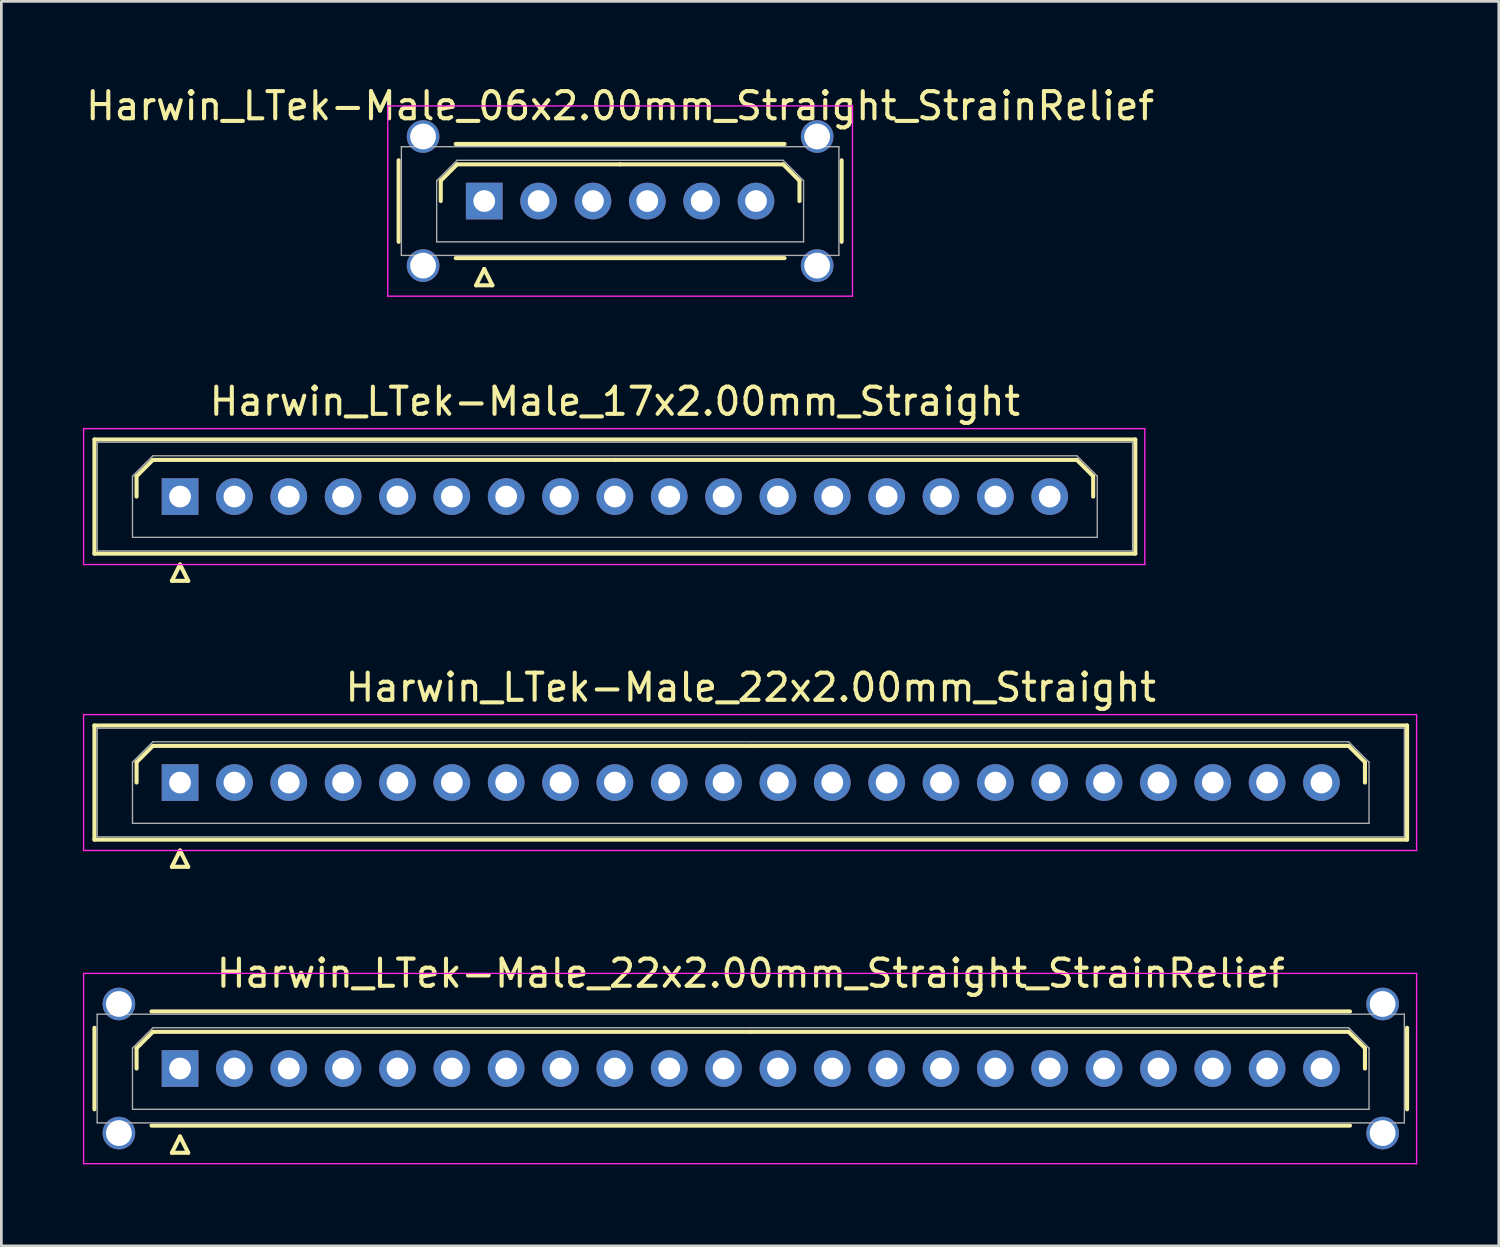
<source format=kicad_pcb>
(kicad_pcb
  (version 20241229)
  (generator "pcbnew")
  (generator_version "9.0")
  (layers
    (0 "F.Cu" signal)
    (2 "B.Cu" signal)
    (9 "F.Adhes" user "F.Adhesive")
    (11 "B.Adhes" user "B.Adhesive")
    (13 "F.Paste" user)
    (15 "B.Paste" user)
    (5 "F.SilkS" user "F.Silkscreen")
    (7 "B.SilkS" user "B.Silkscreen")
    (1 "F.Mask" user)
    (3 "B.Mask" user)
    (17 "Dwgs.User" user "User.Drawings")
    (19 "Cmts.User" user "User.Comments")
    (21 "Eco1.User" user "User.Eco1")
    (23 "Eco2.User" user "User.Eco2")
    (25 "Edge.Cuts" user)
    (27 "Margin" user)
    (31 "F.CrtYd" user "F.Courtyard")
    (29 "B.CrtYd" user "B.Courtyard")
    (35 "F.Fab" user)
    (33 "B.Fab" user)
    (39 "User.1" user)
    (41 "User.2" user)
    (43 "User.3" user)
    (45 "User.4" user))
  (footprint "Harwin_LTek-Male_17x2.00mm_Straight"
    (layer "F.Cu")
    (at 3.575 15.222)
    (property "Reference" "Harwin_LTek-Male_17x2.00mm_Straight" (at 16 -3.5 0) (layer "F.SilkS") (effects (font (size 1 1) (thickness 0.15))))
    (attr through_hole)
    (fp_line (start -3.15 -2.1) (end -3.15 2.1) (stroke (width 0.15) (type solid)) (layer "F.SilkS"))
    (fp_line (start -3.15 2.1) (end 35.15 2.1) (stroke (width 0.15) (type solid)) (layer "F.SilkS"))
    (fp_line (start -1.6 -0.75) (end -1 -1.35) (stroke (width 0.15) (type solid)) (layer "F.SilkS"))
    (fp_line (start -1.6 0) (end -1.6 -0.75) (stroke (width 0.15) (type solid)) (layer "F.SilkS"))
    (fp_line (start -1 -1.35) (end 16 -1.35) (stroke (width 0.15) (type solid)) (layer "F.SilkS"))
    (fp_line (start -0.3 3.1) (end 0.3 3.1) (stroke (width 0.15) (type solid)) (layer "F.SilkS"))
    (fp_line (start 0 2.5) (end -0.3 3.1) (stroke (width 0.15) (type solid)) (layer "F.SilkS"))
    (fp_line (start 0.3 3.1) (end 0 2.5) (stroke (width 0.15) (type solid)) (layer "F.SilkS"))
    (fp_line (start 33 -1.35) (end 16 -1.35) (stroke (width 0.15) (type solid)) (layer "F.SilkS"))
    (fp_line (start 33.6 -0.75) (end 33 -1.35) (stroke (width 0.15) (type solid)) (layer "F.SilkS"))
    (fp_line (start 33.6 0) (end 33.6 -0.75) (stroke (width 0.15) (type solid)) (layer "F.SilkS"))
    (fp_line (start 35.15 -2.1) (end -3.15 -2.1) (stroke (width 0.15) (type solid)) (layer "F.SilkS"))
    (fp_line (start 35.15 2.1) (end 35.15 -2.1) (stroke (width 0.15) (type solid)) (layer "F.SilkS"))
    (fp_line (start -3.55 -2.5) (end -3.55 2.5) (stroke (width 0.05) (type solid)) (layer "F.CrtYd"))
    (fp_line (start -3.55 2.5) (end 35.5 2.5) (stroke (width 0.05) (type solid)) (layer "F.CrtYd"))
    (fp_line (start 35.5 -2.5) (end -3.55 -2.5) (stroke (width 0.05) (type solid)) (layer "F.CrtYd"))
    (fp_line (start 35.5 2.5) (end 35.5 -2.5) (stroke (width 0.05) (type solid)) (layer "F.CrtYd"))
    (fp_line (start -3.05 -2) (end -3.05 2) (stroke (width 0.05) (type solid)) (layer "F.Fab"))
    (fp_line (start -3.05 2) (end 35.05 2) (stroke (width 0.05) (type solid)) (layer "F.Fab"))
    (fp_line (start -1.75 -0.75) (end -1 -1.5) (stroke (width 0.05) (type solid)) (layer "F.Fab"))
    (fp_line (start -1.75 1.5) (end -1.75 -0.75) (stroke (width 0.05) (type solid)) (layer "F.Fab"))
    (fp_line (start -1 -1.5) (end 33 -1.5) (stroke (width 0.05) (type solid)) (layer "F.Fab"))
    (fp_line (start 33 -1.5) (end 33.75 -0.75) (stroke (width 0.05) (type solid)) (layer "F.Fab"))
    (fp_line (start 33.75 -0.75) (end 33.75 1.5) (stroke (width 0.05) (type solid)) (layer "F.Fab"))
    (fp_line (start 33.75 1.5) (end -1.75 1.5) (stroke (width 0.05) (type solid)) (layer "F.Fab"))
    (fp_line (start 35.05 -2) (end -3.05 -2) (stroke (width 0.05) (type solid)) (layer "F.Fab"))
    (fp_line (start 35.05 2) (end 35.05 -2) (stroke (width 0.05) (type solid)) (layer "F.Fab"))
    (pad "1" thru_hole rect (at 0 0) (size 1.35 1.35) (drill 0.8) (layers "*.Cu" "*.Mask"))
    (pad "2" thru_hole circle (at 2 0) (size 1.35 1.35) (drill 0.8) (layers "*.Cu" "*.Mask"))
    (pad "3" thru_hole circle (at 4 0) (size 1.35 1.35) (drill 0.8) (layers "*.Cu" "*.Mask"))
    (pad "4" thru_hole circle (at 6 0) (size 1.35 1.35) (drill 0.8) (layers "*.Cu" "*.Mask"))
    (pad "5" thru_hole circle (at 8 0) (size 1.35 1.35) (drill 0.8) (layers "*.Cu" "*.Mask"))
    (pad "6" thru_hole circle (at 10 0) (size 1.35 1.35) (drill 0.8) (layers "*.Cu" "*.Mask"))
    (pad "7" thru_hole circle (at 12 0) (size 1.35 1.35) (drill 0.8) (layers "*.Cu" "*.Mask"))
    (pad "8" thru_hole circle (at 14 0) (size 1.35 1.35) (drill 0.8) (layers "*.Cu" "*.Mask"))
    (pad "9" thru_hole circle (at 16 0) (size 1.35 1.35) (drill 0.8) (layers "*.Cu" "*.Mask"))
    (pad "10" thru_hole circle (at 18 0) (size 1.35 1.35) (drill 0.8) (layers "*.Cu" "*.Mask"))
    (pad "11" thru_hole circle (at 20 0) (size 1.35 1.35) (drill 0.8) (layers "*.Cu" "*.Mask"))
    (pad "12" thru_hole circle (at 22 0) (size 1.35 1.35) (drill 0.8) (layers "*.Cu" "*.Mask"))
    (pad "13" thru_hole circle (at 24 0) (size 1.35 1.35) (drill 0.8) (layers "*.Cu" "*.Mask"))
    (pad "14" thru_hole circle (at 26 0) (size 1.35 1.35) (drill 0.8) (layers "*.Cu" "*.Mask"))
    (pad "15" thru_hole circle (at 28 0) (size 1.35 1.35) (drill 0.8) (layers "*.Cu" "*.Mask"))
    (pad "16" thru_hole circle (at 30 0) (size 1.35 1.35) (drill 0.8) (layers "*.Cu" "*.Mask"))
    (pad "17" thru_hole circle (at 32 0) (size 1.35 1.35) (drill 0.8) (layers "*.Cu" "*.Mask")))
  (footprint "Harwin_LTek-Male_22x2.00mm_Straight_StrainRelief"
    (layer "F.Cu")
    (at 3.575 36.268)
    (property "Reference" "Harwin_LTek-Male_22x2.00mm_Straight_StrainRelief" (at 21 -3.5 0) (layer "F.SilkS") (effects (font (size 1 1) (thickness 0.15))))
    (attr through_hole)
    (fp_line (start -3.15 -1.5) (end -3.15 1.5) (stroke (width 0.15) (type solid)) (layer "F.SilkS"))
    (fp_line (start -1.6 -0.75) (end -1 -1.35) (stroke (width 0.15) (type solid)) (layer "F.SilkS"))
    (fp_line (start -1.6 0) (end -1.6 -0.75) (stroke (width 0.15) (type solid)) (layer "F.SilkS"))
    (fp_line (start -1.05 -2.1) (end 43.05 -2.1) (stroke (width 0.15) (type solid)) (layer "F.SilkS"))
    (fp_line (start -1.05 2.1) (end 43.05 2.1) (stroke (width 0.15) (type solid)) (layer "F.SilkS"))
    (fp_line (start -1 -1.35) (end 21 -1.35) (stroke (width 0.15) (type solid)) (layer "F.SilkS"))
    (fp_line (start -0.3 3.1) (end 0.3 3.1) (stroke (width 0.15) (type solid)) (layer "F.SilkS"))
    (fp_line (start 0 2.5) (end -0.3 3.1) (stroke (width 0.15) (type solid)) (layer "F.SilkS"))
    (fp_line (start 0.3 3.1) (end 0 2.5) (stroke (width 0.15) (type solid)) (layer "F.SilkS"))
    (fp_line (start 43 -1.35) (end 21 -1.35) (stroke (width 0.15) (type solid)) (layer "F.SilkS"))
    (fp_line (start 43.6 -0.75) (end 43 -1.35) (stroke (width 0.15) (type solid)) (layer "F.SilkS"))
    (fp_line (start 43.6 0) (end 43.6 -0.75) (stroke (width 0.15) (type solid)) (layer "F.SilkS"))
    (fp_line (start 45.15 -1.5) (end 45.15 1.5) (stroke (width 0.15) (type solid)) (layer "F.SilkS"))
    (fp_line (start -3.55 -3.5) (end -3.55 3.5) (stroke (width 0.05) (type solid)) (layer "F.CrtYd"))
    (fp_line (start -3.55 3.5) (end 45.5 3.5) (stroke (width 0.05) (type solid)) (layer "F.CrtYd"))
    (fp_line (start 45.5 -3.5) (end -3.55 -3.5) (stroke (width 0.05) (type solid)) (layer "F.CrtYd"))
    (fp_line (start 45.5 3.5) (end 45.5 -3.5) (stroke (width 0.05) (type solid)) (layer "F.CrtYd"))
    (fp_line (start -3.05 -2) (end -3.05 2) (stroke (width 0.05) (type solid)) (layer "F.Fab"))
    (fp_line (start -3.05 2) (end 45.05 2) (stroke (width 0.05) (type solid)) (layer "F.Fab"))
    (fp_line (start -1.75 -0.75) (end -1 -1.5) (stroke (width 0.05) (type solid)) (layer "F.Fab"))
    (fp_line (start -1.75 1.5) (end -1.75 -0.75) (stroke (width 0.05) (type solid)) (layer "F.Fab"))
    (fp_line (start -1 -1.5) (end 43 -1.5) (stroke (width 0.05) (type solid)) (layer "F.Fab"))
    (fp_line (start 43 -1.5) (end 43.75 -0.75) (stroke (width 0.05) (type solid)) (layer "F.Fab"))
    (fp_line (start 43.75 -0.75) (end 43.75 1.5) (stroke (width 0.05) (type solid)) (layer "F.Fab"))
    (fp_line (start 43.75 1.5) (end -1.75 1.5) (stroke (width 0.05) (type solid)) (layer "F.Fab"))
    (fp_line (start 45.05 -2) (end -3.05 -2) (stroke (width 0.05) (type solid)) (layer "F.Fab"))
    (fp_line (start 45.05 2) (end 45.05 -2) (stroke (width 0.05) (type solid)) (layer "F.Fab"))
    (pad "" thru_hole circle (at -2.25 -2.375) (size 1.2 1.2) (drill 0.95) (layers "*.Cu" "*.Mask"))
    (pad "" thru_hole circle (at -2.25 2.375) (size 1.2 1.2) (drill 0.95) (layers "*.Cu" "*.Mask"))
    (pad "" thru_hole circle (at 44.25 -2.375) (size 1.2 1.2) (drill 0.95) (layers "*.Cu" "*.Mask"))
    (pad "" thru_hole circle (at 44.25 2.375) (size 1.2 1.2) (drill 0.95) (layers "*.Cu" "*.Mask"))
    (pad "1" thru_hole rect (at 0 0) (size 1.35 1.35) (drill 0.8) (layers "*.Cu" "*.Mask"))
    (pad "2" thru_hole circle (at 2 0) (size 1.35 1.35) (drill 0.8) (layers "*.Cu" "*.Mask"))
    (pad "3" thru_hole circle (at 4 0) (size 1.35 1.35) (drill 0.8) (layers "*.Cu" "*.Mask"))
    (pad "4" thru_hole circle (at 6 0) (size 1.35 1.35) (drill 0.8) (layers "*.Cu" "*.Mask"))
    (pad "5" thru_hole circle (at 8 0) (size 1.35 1.35) (drill 0.8) (layers "*.Cu" "*.Mask"))
    (pad "6" thru_hole circle (at 10 0) (size 1.35 1.35) (drill 0.8) (layers "*.Cu" "*.Mask"))
    (pad "7" thru_hole circle (at 12 0) (size 1.35 1.35) (drill 0.8) (layers "*.Cu" "*.Mask"))
    (pad "8" thru_hole circle (at 14 0) (size 1.35 1.35) (drill 0.8) (layers "*.Cu" "*.Mask"))
    (pad "9" thru_hole circle (at 16 0) (size 1.35 1.35) (drill 0.8) (layers "*.Cu" "*.Mask"))
    (pad "10" thru_hole circle (at 18 0) (size 1.35 1.35) (drill 0.8) (layers "*.Cu" "*.Mask"))
    (pad "11" thru_hole circle (at 20 0) (size 1.35 1.35) (drill 0.8) (layers "*.Cu" "*.Mask"))
    (pad "12" thru_hole circle (at 22 0) (size 1.35 1.35) (drill 0.8) (layers "*.Cu" "*.Mask"))
    (pad "13" thru_hole circle (at 24 0) (size 1.35 1.35) (drill 0.8) (layers "*.Cu" "*.Mask"))
    (pad "14" thru_hole circle (at 26 0) (size 1.35 1.35) (drill 0.8) (layers "*.Cu" "*.Mask"))
    (pad "15" thru_hole circle (at 28 0) (size 1.35 1.35) (drill 0.8) (layers "*.Cu" "*.Mask"))
    (pad "16" thru_hole circle (at 30 0) (size 1.35 1.35) (drill 0.8) (layers "*.Cu" "*.Mask"))
    (pad "17" thru_hole circle (at 32 0) (size 1.35 1.35) (drill 0.8) (layers "*.Cu" "*.Mask"))
    (pad "18" thru_hole circle (at 34 0) (size 1.35 1.35) (drill 0.8) (layers "*.Cu" "*.Mask"))
    (pad "19" thru_hole circle (at 36 0) (size 1.35 1.35) (drill 0.8) (layers "*.Cu" "*.Mask"))
    (pad "20" thru_hole circle (at 38 0) (size 1.35 1.35) (drill 0.8) (layers "*.Cu" "*.Mask"))
    (pad "21" thru_hole circle (at 40 0) (size 1.35 1.35) (drill 0.8) (layers "*.Cu" "*.Mask"))
    (pad "22" thru_hole circle (at 42 0) (size 1.35 1.35) (drill 0.8) (layers "*.Cu" "*.Mask")))
  (footprint "Harwin_LTek-Male_22x2.00mm_Straight"
    (layer "F.Cu")
    (at 3.575 25.745)
    (property "Reference" "Harwin_LTek-Male_22x2.00mm_Straight" (at 21 -3.5 0) (layer "F.SilkS") (effects (font (size 1 1) (thickness 0.15))))
    (attr through_hole)
    (fp_line (start -3.15 -2.1) (end -3.15 2.1) (stroke (width 0.15) (type solid)) (layer "F.SilkS"))
    (fp_line (start -3.15 2.1) (end 45.15 2.1) (stroke (width 0.15) (type solid)) (layer "F.SilkS"))
    (fp_line (start -1.6 -0.75) (end -1 -1.35) (stroke (width 0.15) (type solid)) (layer "F.SilkS"))
    (fp_line (start -1.6 0) (end -1.6 -0.75) (stroke (width 0.15) (type solid)) (layer "F.SilkS"))
    (fp_line (start -1 -1.35) (end 21 -1.35) (stroke (width 0.15) (type solid)) (layer "F.SilkS"))
    (fp_line (start -0.3 3.1) (end 0.3 3.1) (stroke (width 0.15) (type solid)) (layer "F.SilkS"))
    (fp_line (start 0 2.5) (end -0.3 3.1) (stroke (width 0.15) (type solid)) (layer "F.SilkS"))
    (fp_line (start 0.3 3.1) (end 0 2.5) (stroke (width 0.15) (type solid)) (layer "F.SilkS"))
    (fp_line (start 43 -1.35) (end 21 -1.35) (stroke (width 0.15) (type solid)) (layer "F.SilkS"))
    (fp_line (start 43.6 -0.75) (end 43 -1.35) (stroke (width 0.15) (type solid)) (layer "F.SilkS"))
    (fp_line (start 43.6 0) (end 43.6 -0.75) (stroke (width 0.15) (type solid)) (layer "F.SilkS"))
    (fp_line (start 45.15 -2.1) (end -3.15 -2.1) (stroke (width 0.15) (type solid)) (layer "F.SilkS"))
    (fp_line (start 45.15 2.1) (end 45.15 -2.1) (stroke (width 0.15) (type solid)) (layer "F.SilkS"))
    (fp_line (start -3.55 -2.5) (end -3.55 2.5) (stroke (width 0.05) (type solid)) (layer "F.CrtYd"))
    (fp_line (start -3.55 2.5) (end 45.5 2.5) (stroke (width 0.05) (type solid)) (layer "F.CrtYd"))
    (fp_line (start 45.5 -2.5) (end -3.55 -2.5) (stroke (width 0.05) (type solid)) (layer "F.CrtYd"))
    (fp_line (start 45.5 2.5) (end 45.5 -2.5) (stroke (width 0.05) (type solid)) (layer "F.CrtYd"))
    (fp_line (start -3.05 -2) (end -3.05 2) (stroke (width 0.05) (type solid)) (layer "F.Fab"))
    (fp_line (start -3.05 2) (end 45.05 2) (stroke (width 0.05) (type solid)) (layer "F.Fab"))
    (fp_line (start -1.75 -0.75) (end -1 -1.5) (stroke (width 0.05) (type solid)) (layer "F.Fab"))
    (fp_line (start -1.75 1.5) (end -1.75 -0.75) (stroke (width 0.05) (type solid)) (layer "F.Fab"))
    (fp_line (start -1 -1.5) (end 43 -1.5) (stroke (width 0.05) (type solid)) (layer "F.Fab"))
    (fp_line (start 43 -1.5) (end 43.75 -0.75) (stroke (width 0.05) (type solid)) (layer "F.Fab"))
    (fp_line (start 43.75 -0.75) (end 43.75 1.5) (stroke (width 0.05) (type solid)) (layer "F.Fab"))
    (fp_line (start 43.75 1.5) (end -1.75 1.5) (stroke (width 0.05) (type solid)) (layer "F.Fab"))
    (fp_line (start 45.05 -2) (end -3.05 -2) (stroke (width 0.05) (type solid)) (layer "F.Fab"))
    (fp_line (start 45.05 2) (end 45.05 -2) (stroke (width 0.05) (type solid)) (layer "F.Fab"))
    (pad "1" thru_hole rect (at 0 0) (size 1.35 1.35) (drill 0.8) (layers "*.Cu" "*.Mask"))
    (pad "2" thru_hole circle (at 2 0) (size 1.35 1.35) (drill 0.8) (layers "*.Cu" "*.Mask"))
    (pad "3" thru_hole circle (at 4 0) (size 1.35 1.35) (drill 0.8) (layers "*.Cu" "*.Mask"))
    (pad "4" thru_hole circle (at 6 0) (size 1.35 1.35) (drill 0.8) (layers "*.Cu" "*.Mask"))
    (pad "5" thru_hole circle (at 8 0) (size 1.35 1.35) (drill 0.8) (layers "*.Cu" "*.Mask"))
    (pad "6" thru_hole circle (at 10 0) (size 1.35 1.35) (drill 0.8) (layers "*.Cu" "*.Mask"))
    (pad "7" thru_hole circle (at 12 0) (size 1.35 1.35) (drill 0.8) (layers "*.Cu" "*.Mask"))
    (pad "8" thru_hole circle (at 14 0) (size 1.35 1.35) (drill 0.8) (layers "*.Cu" "*.Mask"))
    (pad "9" thru_hole circle (at 16 0) (size 1.35 1.35) (drill 0.8) (layers "*.Cu" "*.Mask"))
    (pad "10" thru_hole circle (at 18 0) (size 1.35 1.35) (drill 0.8) (layers "*.Cu" "*.Mask"))
    (pad "11" thru_hole circle (at 20 0) (size 1.35 1.35) (drill 0.8) (layers "*.Cu" "*.Mask"))
    (pad "12" thru_hole circle (at 22 0) (size 1.35 1.35) (drill 0.8) (layers "*.Cu" "*.Mask"))
    (pad "13" thru_hole circle (at 24 0) (size 1.35 1.35) (drill 0.8) (layers "*.Cu" "*.Mask"))
    (pad "14" thru_hole circle (at 26 0) (size 1.35 1.35) (drill 0.8) (layers "*.Cu" "*.Mask"))
    (pad "15" thru_hole circle (at 28 0) (size 1.35 1.35) (drill 0.8) (layers "*.Cu" "*.Mask"))
    (pad "16" thru_hole circle (at 30 0) (size 1.35 1.35) (drill 0.8) (layers "*.Cu" "*.Mask"))
    (pad "17" thru_hole circle (at 32 0) (size 1.35 1.35) (drill 0.8) (layers "*.Cu" "*.Mask"))
    (pad "18" thru_hole circle (at 34 0) (size 1.35 1.35) (drill 0.8) (layers "*.Cu" "*.Mask"))
    (pad "19" thru_hole circle (at 36 0) (size 1.35 1.35) (drill 0.8) (layers "*.Cu" "*.Mask"))
    (pad "20" thru_hole circle (at 38 0) (size 1.35 1.35) (drill 0.8) (layers "*.Cu" "*.Mask"))
    (pad "21" thru_hole circle (at 40 0) (size 1.35 1.35) (drill 0.8) (layers "*.Cu" "*.Mask"))
    (pad "22" thru_hole circle (at 42 0) (size 1.35 1.35) (drill 0.8) (layers "*.Cu" "*.Mask")))
  (footprint "Harwin_LTek-Male_06x2.00mm_Straight_StrainRelief"
    (layer "F.Cu")
    (at 14.768 4.348)
    (property "Reference" "Harwin_LTek-Male_06x2.00mm_Straight_StrainRelief" (at 5 -3.5 0) (layer "F.SilkS") (effects (font (size 1 1) (thickness 0.15))))
    (attr through_hole)
    (fp_line (start -3.15 -1.5) (end -3.15 1.5) (stroke (width 0.15) (type solid)) (layer "F.SilkS"))
    (fp_line (start -1.6 -0.75) (end -1 -1.35) (stroke (width 0.15) (type solid)) (layer "F.SilkS"))
    (fp_line (start -1.6 0) (end -1.6 -0.75) (stroke (width 0.15) (type solid)) (layer "F.SilkS"))
    (fp_line (start -1.05 -2.1) (end 11.05 -2.1) (stroke (width 0.15) (type solid)) (layer "F.SilkS"))
    (fp_line (start -1.05 2.1) (end 11.05 2.1) (stroke (width 0.15) (type solid)) (layer "F.SilkS"))
    (fp_line (start -1 -1.35) (end 5 -1.35) (stroke (width 0.15) (type solid)) (layer "F.SilkS"))
    (fp_line (start -0.3 3.1) (end 0.3 3.1) (stroke (width 0.15) (type solid)) (layer "F.SilkS"))
    (fp_line (start 0 2.5) (end -0.3 3.1) (stroke (width 0.15) (type solid)) (layer "F.SilkS"))
    (fp_line (start 0.3 3.1) (end 0 2.5) (stroke (width 0.15) (type solid)) (layer "F.SilkS"))
    (fp_line (start 11 -1.35) (end 5 -1.35) (stroke (width 0.15) (type solid)) (layer "F.SilkS"))
    (fp_line (start 11.6 -0.75) (end 11 -1.35) (stroke (width 0.15) (type solid)) (layer "F.SilkS"))
    (fp_line (start 11.6 0) (end 11.6 -0.75) (stroke (width 0.15) (type solid)) (layer "F.SilkS"))
    (fp_line (start 13.15 -1.5) (end 13.15 1.5) (stroke (width 0.15) (type solid)) (layer "F.SilkS"))
    (fp_line (start -3.55 -3.5) (end -3.55 3.5) (stroke (width 0.05) (type solid)) (layer "F.CrtYd"))
    (fp_line (start -3.55 3.5) (end 13.55 3.5) (stroke (width 0.05) (type solid)) (layer "F.CrtYd"))
    (fp_line (start 13.55 -3.5) (end -3.55 -3.5) (stroke (width 0.05) (type solid)) (layer "F.CrtYd"))
    (fp_line (start 13.55 3.5) (end 13.55 -3.5) (stroke (width 0.05) (type solid)) (layer "F.CrtYd"))
    (fp_line (start -3.05 -2) (end -3.05 2) (stroke (width 0.05) (type solid)) (layer "F.Fab"))
    (fp_line (start -3.05 2) (end 13.05 2) (stroke (width 0.05) (type solid)) (layer "F.Fab"))
    (fp_line (start -1.75 -0.75) (end -1 -1.5) (stroke (width 0.05) (type solid)) (layer "F.Fab"))
    (fp_line (start -1.75 1.5) (end -1.75 -0.75) (stroke (width 0.05) (type solid)) (layer "F.Fab"))
    (fp_line (start -1 -1.5) (end 11 -1.5) (stroke (width 0.05) (type solid)) (layer "F.Fab"))
    (fp_line (start 11 -1.5) (end 11.75 -0.75) (stroke (width 0.05) (type solid)) (layer "F.Fab"))
    (fp_line (start 11.75 -0.75) (end 11.75 1.5) (stroke (width 0.05) (type solid)) (layer "F.Fab"))
    (fp_line (start 11.75 1.5) (end -1.75 1.5) (stroke (width 0.05) (type solid)) (layer "F.Fab"))
    (fp_line (start 13.05 -2) (end -3.05 -2) (stroke (width 0.05) (type solid)) (layer "F.Fab"))
    (fp_line (start 13.05 2) (end 13.05 -2) (stroke (width 0.05) (type solid)) (layer "F.Fab"))
    (pad "" thru_hole circle (at -2.25 -2.375) (size 1.2 1.2) (drill 0.95) (layers "*.Cu" "*.Mask"))
    (pad "" thru_hole circle (at -2.25 2.375) (size 1.2 1.2) (drill 0.95) (layers "*.Cu" "*.Mask"))
    (pad "" thru_hole circle (at 12.25 -2.375) (size 1.2 1.2) (drill 0.95) (layers "*.Cu" "*.Mask"))
    (pad "" thru_hole circle (at 12.25 2.375) (size 1.2 1.2) (drill 0.95) (layers "*.Cu" "*.Mask"))
    (pad "1" thru_hole rect (at 0 0) (size 1.35 1.35) (drill 0.8) (layers "*.Cu" "*.Mask"))
    (pad "2" thru_hole circle (at 2 0) (size 1.35 1.35) (drill 0.8) (layers "*.Cu" "*.Mask"))
    (pad "3" thru_hole circle (at 4 0) (size 1.35 1.35) (drill 0.8) (layers "*.Cu" "*.Mask"))
    (pad "4" thru_hole circle (at 6 0) (size 1.35 1.35) (drill 0.8) (layers "*.Cu" "*.Mask"))
    (pad "5" thru_hole circle (at 8 0) (size 1.35 1.35) (drill 0.8) (layers "*.Cu" "*.Mask"))
    (pad "6" thru_hole circle (at 10 0) (size 1.35 1.35) (drill 0.8) (layers "*.Cu" "*.Mask")))
  (gr_rect
    (start -3 -3)
    (end 52.1 42.793)
    (stroke (width 0.1) (type default))
    (fill no)
    (layer "Edge.Cuts")))
</source>
